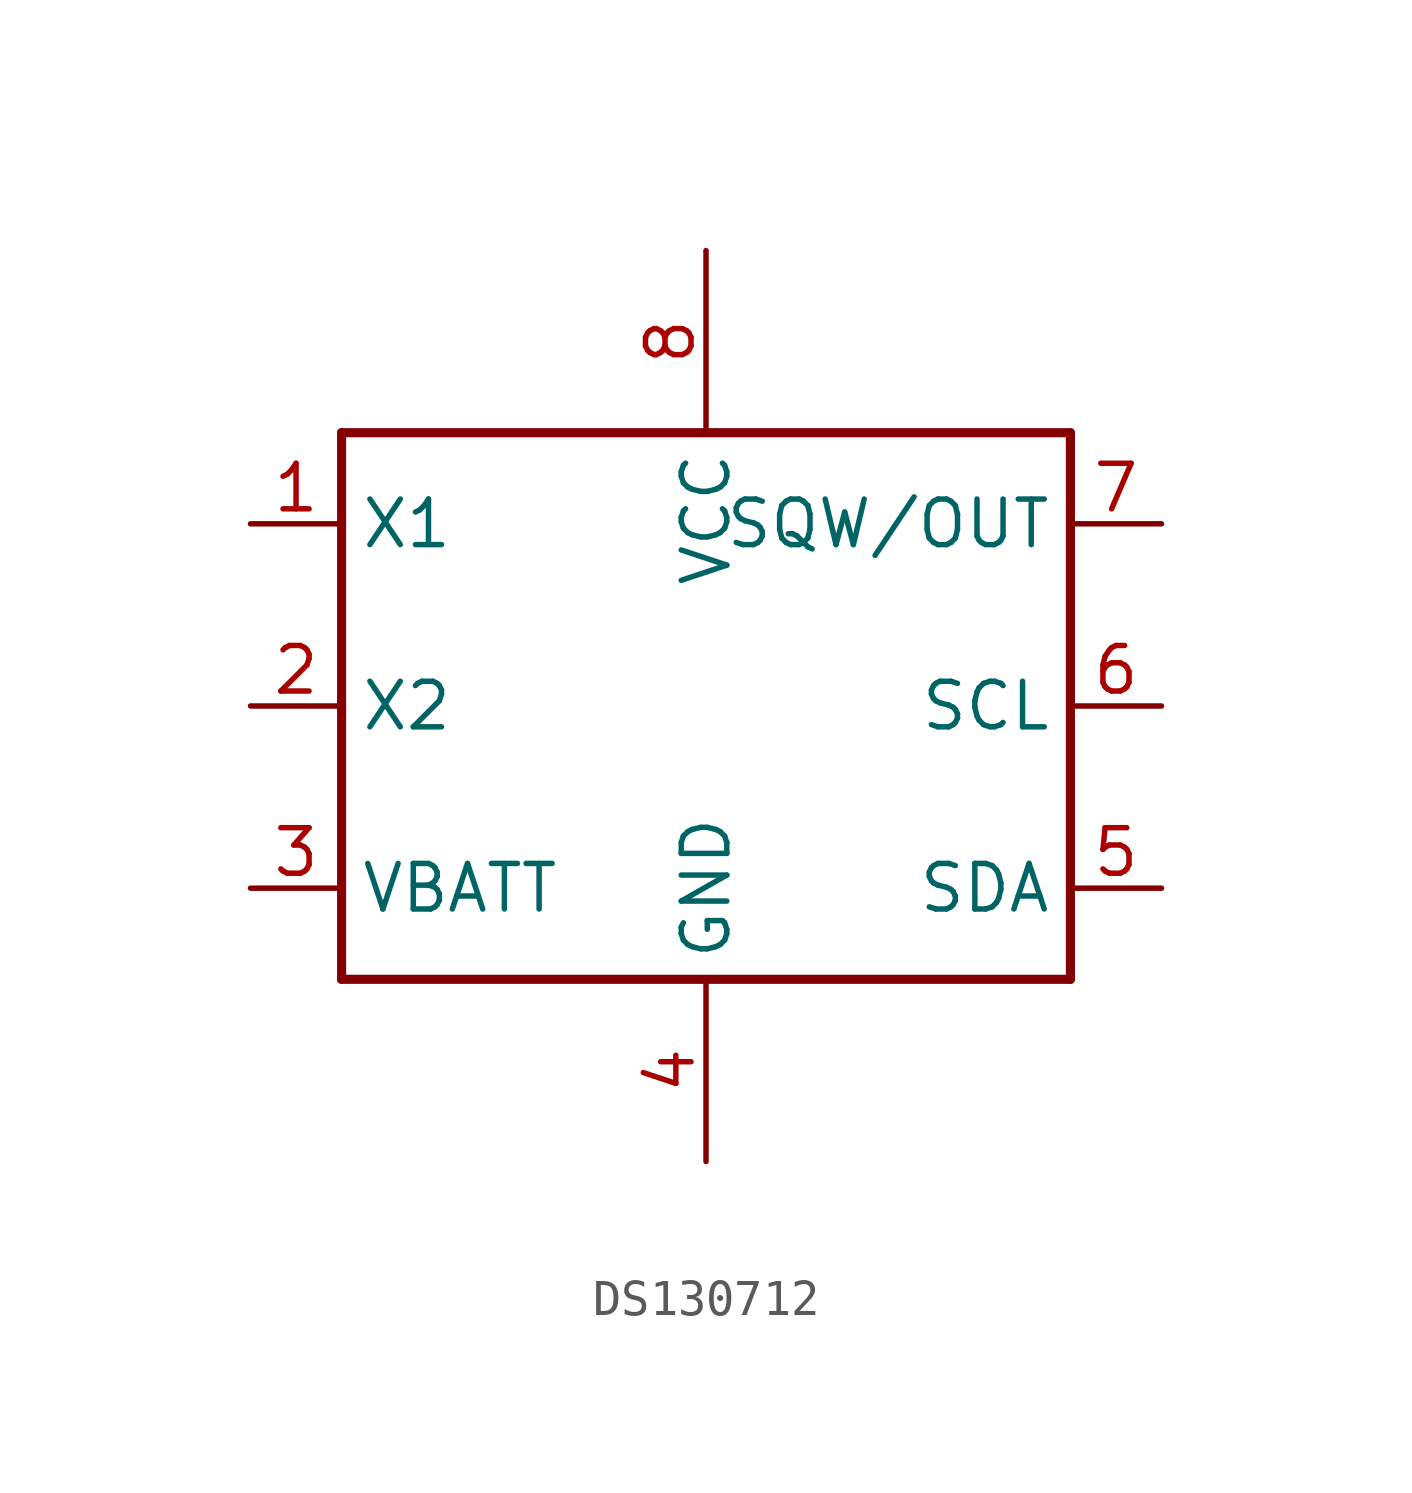
<source format=kicad_sym>
(kicad_symbol_lib
  (version 20220914)
  (generator kicad_symbol_editor)
  (symbol "DS130712"
    (property "Reference" ""
      (at -7.62 8.89 0)
      (effects (font (size 1.778 1.511)) (justify left bottom) hide))
    (property "Value" ""
      (at -7.62 -10.16 0)
      (effects (font (size 1.778 1.511)) (justify left bottom)))
    (property "ki_locked" ""
      (at 0 0 0)
      (effects (font (size 1.27 1.27))))
    (symbol "DS130712_1_0"
      (polyline (pts (xy -7.62 -7.62) (xy -7.62 7.62)) (stroke (width 0.254) (type solid)) (fill (type none)))
      (polyline (pts (xy -7.62 7.62) (xy 12.7 7.62)) (stroke (width 0.254) (type solid)) (fill (type none)))
      (polyline (pts (xy 12.7 -7.62) (xy -7.62 -7.62)) (stroke (width 0.254) (type solid)) (fill (type none)))
      (polyline (pts (xy 12.7 7.62) (xy 12.7 -7.62)) (stroke (width 0.254) (type solid)) (fill (type none)))
      (pin input line (at -10.16 5.08 0) (length 2.54) (name "X1" (effects (font (size 1.27 1.27)))) (number "1" (effects (font (size 1.27 1.27)))))
      (pin input line (at -10.16 0 0) (length 2.54) (name "X2" (effects (font (size 1.27 1.27)))) (number "2" (effects (font (size 1.27 1.27)))))
      (pin power_in line (at -10.16 -5.08 0) (length 2.54) (name "VBATT" (effects (font (size 1.27 1.27)))) (number "3" (effects (font (size 1.27 1.27)))))
      (pin bidirectional line (at 2.54 -12.7 90) (length 5.08) (name "GND" (effects (font (size 1.27 1.27)))) (number "4" (effects (font (size 1.27 1.27)))))
      (pin output line (at 15.24 -5.08 180) (length 2.54) (name "SDA" (effects (font (size 1.27 1.27)))) (number "5" (effects (font (size 1.27 1.27)))))
      (pin output line (at 15.24 0 180) (length 2.54) (name "SCL" (effects (font (size 1.27 1.27)))) (number "6" (effects (font (size 1.27 1.27)))))
      (pin power_in line (at 15.24 5.08 180) (length 2.54) (name "SQW/OUT" (effects (font (size 1.27 1.27)))) (number "7" (effects (font (size 1.27 1.27)))))
      (pin bidirectional line (at 2.54 12.7 270) (length 5.08) (name "VCC" (effects (font (size 1.27 1.27)))) (number "8" (effects (font (size 1.27 1.27))))))))
</source>
